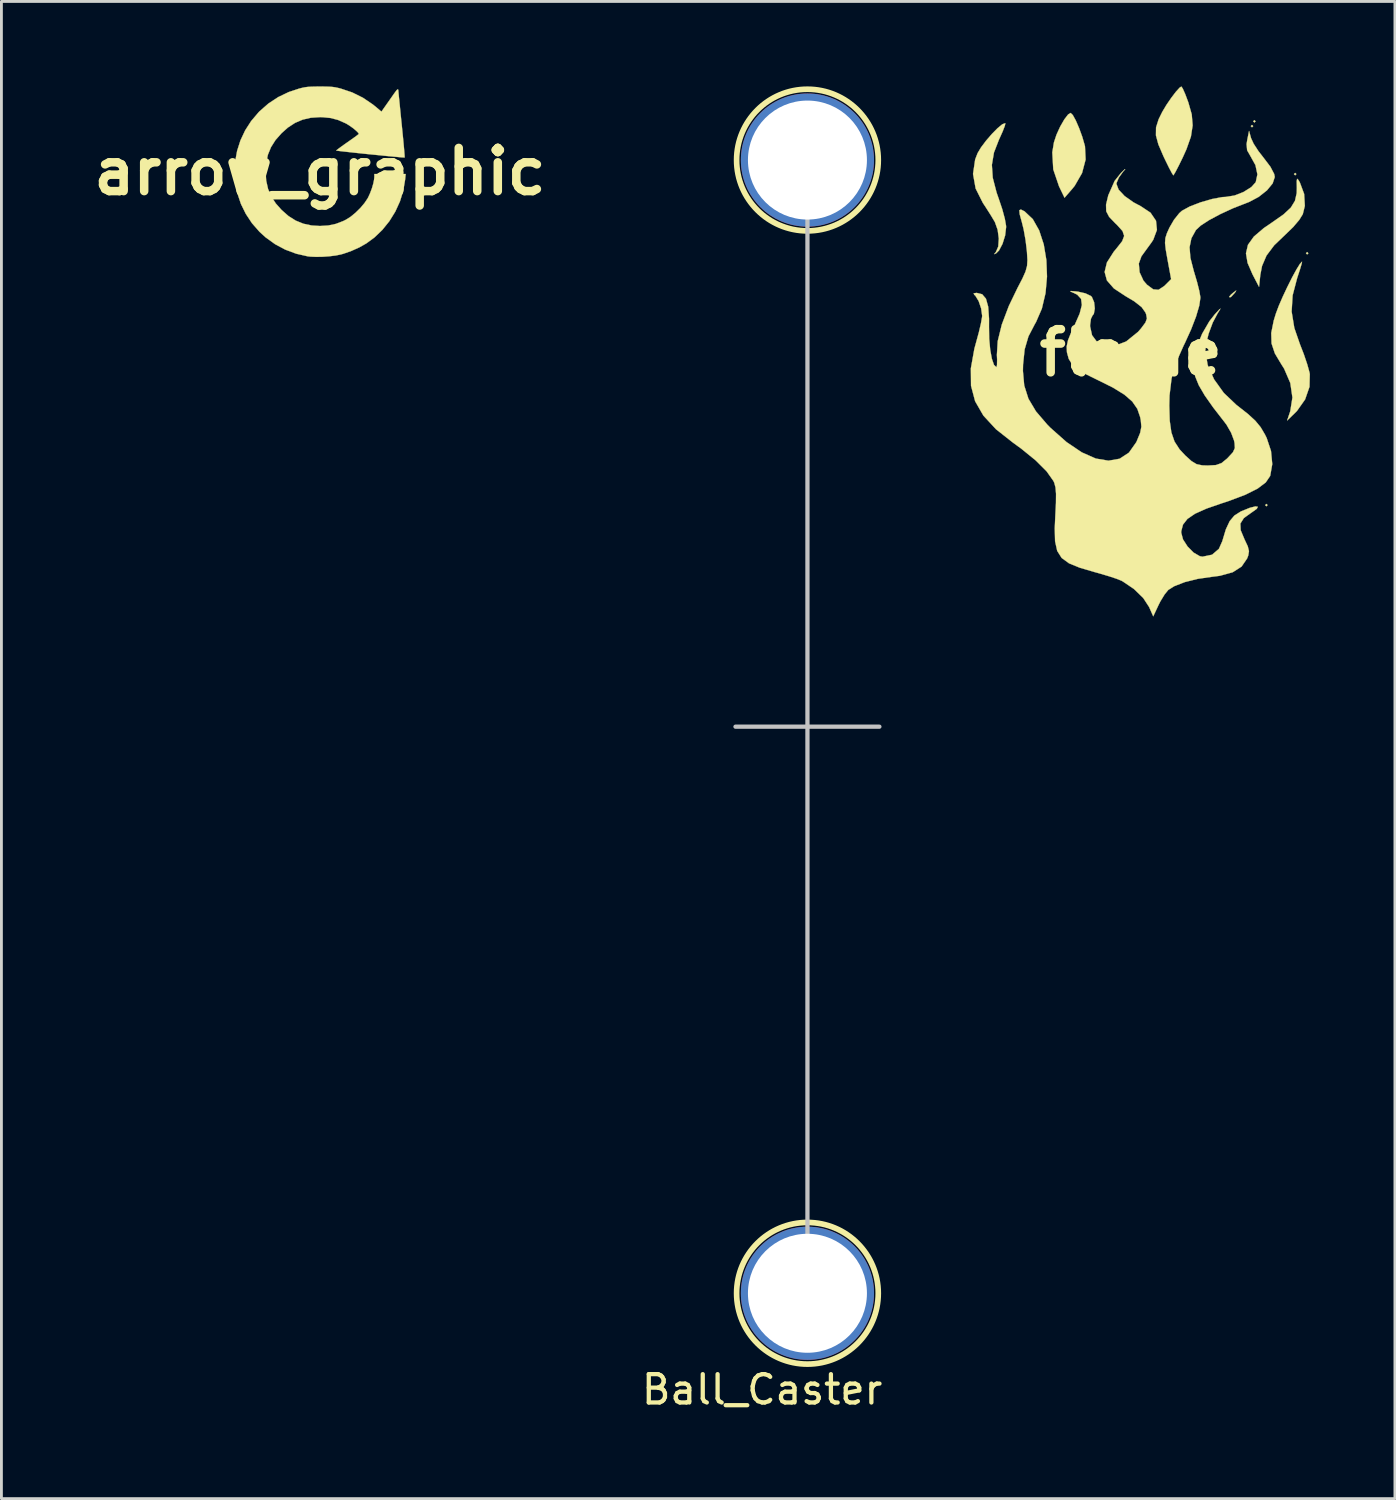
<source format=kicad_pcb>
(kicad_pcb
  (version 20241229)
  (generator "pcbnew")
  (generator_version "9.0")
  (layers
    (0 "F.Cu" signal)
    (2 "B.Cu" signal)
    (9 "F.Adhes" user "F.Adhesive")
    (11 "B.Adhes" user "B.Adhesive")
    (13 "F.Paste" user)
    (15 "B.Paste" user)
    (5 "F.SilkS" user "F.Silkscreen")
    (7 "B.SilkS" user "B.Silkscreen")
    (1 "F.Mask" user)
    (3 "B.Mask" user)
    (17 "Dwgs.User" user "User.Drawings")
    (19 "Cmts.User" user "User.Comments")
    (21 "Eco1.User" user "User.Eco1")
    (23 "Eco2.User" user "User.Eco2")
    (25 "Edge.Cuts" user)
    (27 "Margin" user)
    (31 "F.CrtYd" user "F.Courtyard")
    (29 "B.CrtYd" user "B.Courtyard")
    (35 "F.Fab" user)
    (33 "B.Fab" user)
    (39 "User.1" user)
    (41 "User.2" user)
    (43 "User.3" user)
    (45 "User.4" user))
  (footprint "Ball_Caster"
    (layer "F.Cu")
    (at 25.451 42.6)
    (property "Reference" "Ball_Caster" (at -1.6 3.4 0) (layer "F.SilkS") (effects (font (size 1 1) (thickness 0.15))))
    (attr through_hole)
    (fp_circle (center 0 -40) (end 2.5 -40) (stroke (width 0.2) (type solid)) (fill no) (layer "F.SilkS"))
    (fp_circle (center 0 0) (end 2.5 0) (stroke (width 0.2) (type solid)) (fill no) (layer "F.SilkS"))
    (fp_line (start -2.54 -20) (end 2.54 -20) (stroke (width 0.15) (type solid)) (layer "Dwgs.User"))
    (fp_line (start 0 -40.64) (end 0 0) (stroke (width 0.15) (type solid)) (layer "Dwgs.User"))
    (pad "" thru_hole circle (at 0 -40) (size 4.7 4.7) (drill 4.2) (layers "*.Cu" "*.Mask"))
    (pad "" thru_hole circle (at 0 0) (size 4.7 4.7) (drill 4.2) (layers "*.Cu" "*.Mask")))
  (footprint "arrow_graphic"
    (layer "F.Cu")
    (at 8.244 3.006)
    (property "Reference" "arrow_graphic" (at 0 0 0) (layer "F.SilkS") (effects (font (size 1.524 1.524) (thickness 0.3))))
    (attr through_hole)
    (fp_poly (pts (xy 0.184 -3) (xy 0.325 -2.996) (xy 0.439 -2.988) (xy 0.539 -2.974) (xy 0.639 -2.953) (xy 0.74 -2.927) (xy 1.141 -2.792) (xy 1.516 -2.606) (xy 1.866 -2.369) (xy 1.981 -2.276) (xy 2.17 -2.116) (xy 2.374 -2.406) (xy 2.46 -2.528) (xy 2.541 -2.644) (xy 2.608 -2.74) (xy 2.651 -2.8) (xy 2.71 -2.877) (xy 2.749 -2.905) (xy 2.765 -2.883) (xy 2.765 -2.872) (xy 2.768 -2.837) (xy 2.776 -2.752) (xy 2.788 -2.623) (xy 2.805 -2.456) (xy 2.825 -2.257) (xy 2.847 -2.033) (xy 2.872 -1.789) (xy 2.884 -1.673) (xy 2.909 -1.423) (xy 2.932 -1.191) (xy 2.952 -0.983) (xy 2.968 -0.804) (xy 2.98 -0.66) (xy 2.988 -0.559) (xy 2.99 -0.504) (xy 2.99 -0.497) (xy 2.96 -0.497) (xy 2.881 -0.502) (xy 2.761 -0.513) (xy 2.605 -0.527) (xy 2.422 -0.544) (xy 2.217 -0.564) (xy 1.999 -0.586) (xy 1.774 -0.608) (xy 1.549 -0.631) (xy 1.331 -0.654) (xy 1.128 -0.676) (xy 0.947 -0.696) (xy 0.793 -0.713) (xy 0.676 -0.727) (xy 0.6 -0.737) (xy 0.575 -0.742) (xy 0.593 -0.761) (xy 0.651 -0.806) (xy 0.741 -0.872) (xy 0.855 -0.954) (xy 0.959 -1.027) (xy 1.09 -1.119) (xy 1.204 -1.2) (xy 1.294 -1.266) (xy 1.351 -1.31) (xy 1.368 -1.326) (xy 1.358 -1.358) (xy 1.309 -1.412) (xy 1.232 -1.481) (xy 1.136 -1.556) (xy 1.032 -1.629) (xy 0.929 -1.692) (xy 0.903 -1.705) (xy 0.641 -1.821) (xy 0.373 -1.891) (xy 0.082 -1.92) (xy 0 -1.921) (xy -0.321 -1.9) (xy -0.611 -1.833) (xy -0.879 -1.719) (xy -1.132 -1.554) (xy -1.355 -1.355) (xy -1.569 -1.113) (xy -1.728 -0.862) (xy -1.838 -0.594) (xy -1.9 -0.303) (xy -1.919 0) (xy -1.898 0.32) (xy -1.833 0.61) (xy -1.721 0.876) (xy -1.558 1.127) (xy -1.355 1.355) (xy -1.111 1.57) (xy -0.858 1.73) (xy -0.588 1.84) (xy -0.295 1.903) (xy 0 1.921) (xy 0.292 1.903) (xy 0.559 1.847) (xy 0.82 1.747) (xy 0.917 1.699) (xy 1.082 1.595) (xy 1.255 1.453) (xy 1.423 1.288) (xy 1.57 1.114) (xy 1.683 0.946) (xy 1.699 0.917) (xy 1.77 0.762) (xy 1.833 0.593) (xy 1.882 0.425) (xy 1.912 0.277) (xy 1.919 0.191) (xy 1.919 0.085) (xy 3.026 0.085) (xy 3.005 0.289) (xy 2.94 0.677) (xy 2.823 1.054) (xy 2.658 1.415) (xy 2.449 1.752) (xy 2.201 2.059) (xy 1.918 2.33) (xy 1.638 2.535) (xy 1.391 2.675) (xy 1.115 2.799) (xy 0.836 2.898) (xy 0.74 2.925) (xy 0.552 2.963) (xy 0.332 2.99) (xy 0.099 3.007) (xy -0.129 3.011) (xy -0.332 3.003) (xy -0.435 2.991) (xy -0.839 2.899) (xy -1.225 2.755) (xy -1.586 2.562) (xy -1.919 2.322) (xy -2.13 2.13) (xy -2.398 1.825) (xy -2.617 1.494) (xy -2.789 1.144) (xy -2.912 0.779) (xy -2.987 0.404) (xy -3.014 0.024) (xy -2.993 -0.357) (xy -2.924 -0.733) (xy -2.807 -1.099) (xy -2.642 -1.451) (xy -2.428 -1.784) (xy -2.166 -2.093) (xy -2.13 -2.13) (xy -1.819 -2.402) (xy -1.475 -2.628) (xy -1.102 -2.807) (xy -0.74 -2.927) (xy -0.627 -2.956) (xy -0.528 -2.976) (xy -0.428 -2.989) (xy -0.312 -2.996) (xy -0.166 -3) (xy 0 -3.001) (xy 0.184 -3)) (stroke (width 0.01) (type solid)) (fill yes) (layer "F.SilkS")))
  (footprint "flame"
    (layer "F.Cu")
    (at 36.867 9.403)
    (property "Reference" "flame" (at 0 0 0) (layer "F.SilkS") (effects (font (size 1.524 1.524) (thickness 0.3))))
    (attr through_hole)
    (fp_poly (pts (xy 4.318 -8.001) (xy 4.276 -7.959) (xy 4.233 -8.001) (xy 4.276 -8.043) (xy 4.318 -8.001)) (stroke (width 0.01) (type solid)) (fill yes) (layer "F.SilkS"))
    (fp_poly (pts (xy 4.403 -8.17) (xy 4.36 -8.128) (xy 4.318 -8.17) (xy 4.36 -8.213) (xy 4.403 -8.17)) (stroke (width 0.01) (type solid)) (fill yes) (layer "F.SilkS"))
    (fp_poly (pts (xy 4.826 5.376) (xy 4.784 5.419) (xy 4.741 5.376) (xy 4.784 5.334) (xy 4.826 5.376)) (stroke (width 0.01) (type solid)) (fill yes) (layer "F.SilkS"))
    (fp_poly (pts (xy 5.842 -6.308) (xy 5.8 -6.265) (xy 5.757 -6.308) (xy 5.8 -6.35) (xy 5.842 -6.308)) (stroke (width 0.01) (type solid)) (fill yes) (layer "F.SilkS"))
    (fp_poly (pts (xy 6.265 -3.514) (xy 6.223 -3.471) (xy 6.181 -3.514) (xy 6.223 -3.556) (xy 6.265 -3.514)) (stroke (width 0.01) (type solid)) (fill yes) (layer "F.SilkS"))
    (fp_poly (pts (xy 3.699 -2.157) (xy 3.651 -2.095) (xy 3.528 -1.964) (xy 3.473 -1.964) (xy 3.471 -1.979) (xy 3.529 -2.05) (xy 3.619 -2.127) (xy 3.72 -2.201) (xy 3.699 -2.157)) (stroke (width 0.01) (type solid)) (fill yes) (layer "F.SilkS"))
    (fp_poly (pts (xy -2.05 -8.393) (xy -1.943 -8.199) (xy -1.826 -7.928) (xy -1.715 -7.624) (xy -1.629 -7.327) (xy -1.619 -7.286) (xy -1.597 -6.822) (xy -1.723 -6.344) (xy -1.982 -5.894) (xy -2.058 -5.8) (xy -2.341 -5.473) (xy -2.536 -5.877) (xy -2.739 -6.473) (xy -2.773 -7.075) (xy -2.715 -7.427) (xy -2.624 -7.702) (xy -2.493 -7.987) (xy -2.348 -8.239) (xy -2.214 -8.413) (xy -2.126 -8.467) (xy -2.05 -8.393)) (stroke (width 0.01) (type solid)) (fill yes) (layer "F.SilkS"))
    (fp_poly (pts (xy 1.833 -9.325) (xy 1.919 -9.131) (xy 2.021 -8.859) (xy 2.027 -8.844) (xy 2.149 -8.415) (xy 2.181 -8.027) (xy 2.12 -7.631) (xy 1.96 -7.179) (xy 1.835 -6.903) (xy 1.693 -6.612) (xy 1.578 -6.39) (xy 1.509 -6.274) (xy 1.499 -6.265) (xy 1.451 -6.337) (xy 1.35 -6.527) (xy 1.215 -6.802) (xy 1.147 -6.945) (xy 0.971 -7.355) (xy 0.885 -7.675) (xy 0.889 -7.955) (xy 0.981 -8.245) (xy 1.109 -8.504) (xy 1.254 -8.748) (xy 1.426 -8.999) (xy 1.593 -9.218) (xy 1.726 -9.363) (xy 1.784 -9.398) (xy 1.833 -9.325)) (stroke (width 0.01) (type solid)) (fill yes) (layer "F.SilkS"))
    (fp_poly (pts (xy 5.914 -6.1) (xy 5.966 -6.011) (xy 6.117 -5.606) (xy 6.141 -5.185) (xy 6.069 -4.893) (xy 5.943 -4.69) (xy 5.728 -4.437) (xy 5.471 -4.189) (xy 5.465 -4.183) (xy 5.059 -3.794) (xy 4.788 -3.433) (xy 4.63 -3.064) (xy 4.57 -2.752) (xy 4.525 -2.328) (xy 4.294 -2.77) (xy 4.12 -3.172) (xy 4.063 -3.511) (xy 4.134 -3.813) (xy 4.341 -4.102) (xy 4.694 -4.403) (xy 4.996 -4.609) (xy 5.387 -4.883) (xy 5.646 -5.124) (xy 5.793 -5.365) (xy 5.854 -5.637) (xy 5.858 -5.827) (xy 5.854 -6.06) (xy 5.869 -6.144) (xy 5.914 -6.1)) (stroke (width 0.01) (type solid)) (fill yes) (layer "F.SilkS"))
    (fp_poly (pts (xy 6.029 -3.144) (xy 5.972 -2.951) (xy 5.883 -2.678) (xy 5.872 -2.646) (xy 5.71 -2.027) (xy 5.675 -1.455) (xy 5.77 -0.876) (xy 5.966 -0.309) (xy 6.108 0.057) (xy 6.227 0.41) (xy 6.304 0.688) (xy 6.316 0.752) (xy 6.306 1.199) (xy 6.15 1.647) (xy 5.864 2.052) (xy 5.805 2.112) (xy 5.516 2.392) (xy 5.626 2.064) (xy 5.703 1.579) (xy 5.628 1.066) (xy 5.408 0.556) (xy 5.311 0.404) (xy 5.083 0.022) (xy 4.966 -0.329) (xy 4.955 -0.699) (xy 5.043 -1.137) (xy 5.12 -1.387) (xy 5.221 -1.657) (xy 5.362 -1.982) (xy 5.525 -2.328) (xy 5.691 -2.659) (xy 5.845 -2.941) (xy 5.967 -3.138) (xy 6.041 -3.217) (xy 6.043 -3.217) (xy 6.029 -3.144)) (stroke (width 0.01) (type solid)) (fill yes) (layer "F.SilkS"))
    (fp_poly (pts (xy -4.43 -8.099) (xy -4.448 -8.013) (xy -4.524 -7.816) (xy -4.643 -7.55) (xy -4.655 -7.526) (xy -4.833 -7.067) (xy -4.906 -6.633) (xy -4.875 -6.178) (xy -4.739 -5.654) (xy -4.657 -5.419) (xy -4.538 -5.064) (xy -4.449 -4.733) (xy -4.405 -4.483) (xy -4.403 -4.437) (xy -4.438 -4.142) (xy -4.53 -3.846) (xy -4.654 -3.611) (xy -4.754 -3.512) (xy -4.825 -3.481) (xy -4.77 -3.553) (xy -4.763 -3.561) (xy -4.681 -3.75) (xy -4.661 -4.032) (xy -4.702 -4.341) (xy -4.799 -4.614) (xy -4.805 -4.624) (xy -4.939 -4.849) (xy -5.119 -5.132) (xy -5.223 -5.289) (xy -5.479 -5.798) (xy -5.571 -6.314) (xy -5.496 -6.824) (xy -5.411 -7.045) (xy -5.288 -7.251) (xy -5.109 -7.489) (xy -4.904 -7.726) (xy -4.704 -7.929) (xy -4.538 -8.066) (xy -4.438 -8.104) (xy -4.43 -8.099)) (stroke (width 0.01) (type solid)) (fill yes) (layer "F.SilkS"))
    (fp_poly (pts (xy 4.243 -7.576) (xy 4.334 -7.379) (xy 4.503 -7.119) (xy 4.696 -6.87) (xy 4.927 -6.565) (xy 5.058 -6.314) (xy 5.08 -6.205) (xy 5.005 -5.978) (xy 4.804 -5.734) (xy 4.513 -5.504) (xy 4.167 -5.321) (xy 4.088 -5.291) (xy 3.61 -5.104) (xy 3.159 -4.896) (xy 2.766 -4.686) (xy 2.467 -4.492) (xy 2.297 -4.334) (xy 2.136 -4.041) (xy 2.072 -3.726) (xy 2.102 -3.35) (xy 2.225 -2.873) (xy 2.237 -2.836) (xy 2.338 -2.493) (xy 2.415 -2.187) (xy 2.452 -1.973) (xy 2.454 -1.939) (xy 2.414 -1.663) (xy 2.301 -1.28) (xy 2.127 -0.828) (xy 1.907 -0.344) (xy 1.862 -0.254) (xy 1.596 0.344) (xy 1.437 0.904) (xy 1.365 1.506) (xy 1.356 1.863) (xy 1.372 2.4) (xy 1.43 2.81) (xy 1.541 3.133) (xy 1.72 3.409) (xy 1.915 3.619) (xy 2.141 3.823) (xy 2.32 3.931) (xy 2.518 3.973) (xy 2.719 3.979) (xy 3.003 3.963) (xy 3.2 3.893) (xy 3.392 3.737) (xy 3.432 3.697) (xy 3.603 3.51) (xy 3.671 3.363) (xy 3.66 3.184) (xy 3.642 3.095) (xy 3.54 2.823) (xy 3.376 2.538) (xy 3.323 2.467) (xy 2.912 1.937) (xy 2.607 1.504) (xy 2.397 1.144) (xy 2.27 0.831) (xy 2.214 0.543) (xy 2.218 0.255) (xy 2.221 0.225) (xy 2.322 -0.205) (xy 2.517 -0.674) (xy 2.771 -1.112) (xy 2.961 -1.355) (xy 3.113 -1.52) (xy 3.164 -1.562) (xy 3.123 -1.487) (xy 3.065 -1.397) (xy 2.89 -1.066) (xy 2.744 -0.673) (xy 2.65 -0.292) (xy 2.628 -0.061) (xy 2.712 0.432) (xy 2.937 0.937) (xy 3.282 1.418) (xy 3.725 1.839) (xy 3.768 1.872) (xy 4.135 2.161) (xy 4.394 2.399) (xy 4.582 2.627) (xy 4.734 2.885) (xy 4.794 3.006) (xy 4.947 3.465) (xy 4.991 3.929) (xy 4.92 4.336) (xy 4.915 4.349) (xy 4.763 4.574) (xy 4.476 4.792) (xy 4.044 5.009) (xy 3.456 5.231) (xy 3.218 5.309) (xy 2.666 5.5) (xy 2.265 5.68) (xy 1.996 5.864) (xy 1.84 6.064) (xy 1.78 6.292) (xy 1.778 6.352) (xy 1.841 6.588) (xy 2.002 6.838) (xy 2.214 7.052) (xy 2.435 7.18) (xy 2.528 7.197) (xy 2.867 7.127) (xy 3.108 6.92) (xy 3.226 6.654) (xy 3.353 6.233) (xy 3.488 5.943) (xy 3.653 5.746) (xy 3.873 5.606) (xy 3.917 5.585) (xy 4.202 5.471) (xy 4.397 5.422) (xy 4.483 5.436) (xy 4.444 5.508) (xy 4.262 5.638) (xy 4.258 5.64) (xy 3.989 5.833) (xy 3.866 6.026) (xy 3.876 6.26) (xy 4.009 6.579) (xy 4.009 6.58) (xy 4.127 6.831) (xy 4.169 7.001) (xy 4.144 7.155) (xy 4.103 7.261) (xy 3.908 7.546) (xy 3.593 7.747) (xy 3.142 7.871) (xy 2.878 7.905) (xy 2.368 7.978) (xy 1.906 8.093) (xy 1.533 8.237) (xy 1.321 8.37) (xy 1.192 8.528) (xy 1.044 8.771) (xy 0.976 8.906) (xy 0.79 9.303) (xy 0.644 8.973) (xy 0.436 8.655) (xy 0.111 8.339) (xy -0.283 8.072) (xy -0.329 8.046) (xy -0.501 7.977) (xy -0.786 7.883) (xy -1.134 7.78) (xy -1.283 7.739) (xy -1.804 7.586) (xy -2.185 7.43) (xy -2.443 7.241) (xy -2.6 6.992) (xy -2.675 6.654) (xy -2.687 6.198) (xy -2.667 5.757) (xy -2.644 5.301) (xy -2.641 4.977) (xy -2.66 4.752) (xy -2.703 4.59) (xy -2.735 4.521) (xy -2.972 4.186) (xy -3.354 3.803) (xy -3.87 3.383) (xy -4.155 3.176) (xy -4.761 2.698) (xy -5.206 2.216) (xy -5.497 1.711) (xy -5.642 1.163) (xy -5.648 0.55) (xy -5.523 -0.147) (xy -5.461 -0.373) (xy -5.365 -0.726) (xy -5.292 -1.038) (xy -5.253 -1.259) (xy -5.249 -1.308) (xy -5.285 -1.567) (xy -5.374 -1.827) (xy -5.489 -2.015) (xy -5.53 -2.05) (xy -5.549 -2.1) (xy -5.442 -2.115) (xy -5.249 -2.067) (xy -5.115 -1.91) (xy -5.036 -1.627) (xy -5.006 -1.203) (xy -5.007 -0.92) (xy -5.001 -0.497) (xy -4.965 -0.11) (xy -4.907 0.209) (xy -4.832 0.426) (xy -4.747 0.508) (xy -4.745 0.508) (xy -4.725 0.432) (xy -4.721 0.237) (xy -4.729 0.075) (xy -4.7 -0.41) (xy -4.556 -0.995) (xy -4.305 -1.658) (xy -4.002 -2.286) (xy -3.826 -2.625) (xy -3.718 -2.868) (xy -3.664 -3.065) (xy -3.651 -3.27) (xy -3.666 -3.533) (xy -3.671 -3.598) (xy -3.717 -3.978) (xy -3.785 -4.36) (xy -3.847 -4.61) (xy -3.924 -4.89) (xy -3.937 -5.032) (xy -3.882 -5.058) (xy -3.751 -4.992) (xy -3.749 -4.99) (xy -3.461 -4.718) (xy -3.236 -4.319) (xy -3.075 -3.827) (xy -2.982 -3.272) (xy -2.96 -2.688) (xy -3.012 -2.106) (xy -3.141 -1.56) (xy -3.349 -1.081) (xy -3.388 -1.016) (xy -3.615 -0.579) (xy -3.749 -0.122) (xy -3.805 0.415) (xy -3.81 0.64) (xy -3.764 1.154) (xy -3.616 1.62) (xy -3.348 2.07) (xy -2.944 2.541) (xy -2.835 2.651) (xy -2.268 3.153) (xy -1.733 3.514) (xy -1.237 3.733) (xy -0.789 3.808) (xy -0.396 3.739) (xy -0.068 3.524) (xy 0.188 3.161) (xy 0.214 3.105) (xy 0.329 2.825) (xy 0.371 2.61) (xy 0.35 2.378) (xy 0.328 2.268) (xy 0.228 1.977) (xy 0.049 1.719) (xy -0.23 1.476) (xy -0.631 1.229) (xy -1.135 0.978) (xy -1.574 0.762) (xy -1.879 0.578) (xy -2.077 0.403) (xy -2.193 0.214) (xy -2.255 -0.013) (xy -2.257 -0.026) (xy -2.266 -0.221) (xy -2.219 -0.441) (xy -2.103 -0.731) (xy -1.99 -0.967) (xy -1.807 -1.383) (xy -1.729 -1.688) (xy -1.757 -1.904) (xy -1.892 -2.051) (xy -2.011 -2.11) (xy -2.133 -2.163) (xy -2.123 -2.181) (xy -1.966 -2.169) (xy -1.863 -2.157) (xy -1.606 -2.099) (xy -1.415 -2.008) (xy -1.376 -1.971) (xy -1.297 -1.786) (xy -1.273 -1.563) (xy -1.306 -1.376) (xy -1.355 -1.312) (xy -1.409 -1.201) (xy -1.438 -0.991) (xy -1.439 -0.934) (xy -1.37 -0.62) (xy -1.186 -0.373) (xy -0.927 -0.228) (xy -0.645 -0.216) (xy -0.165 -0.4) (xy 0.255 -0.74) (xy 0.363 -0.864) (xy 0.514 -1.067) (xy 0.567 -1.21) (xy 0.54 -1.358) (xy 0.514 -1.424) (xy 0.38 -1.613) (xy 0.12 -1.817) (xy -0.184 -1.998) (xy -0.598 -2.271) (xy -0.844 -2.552) (xy -0.926 -2.853) (xy -0.845 -3.188) (xy -0.604 -3.567) (xy -0.504 -3.687) (xy -0.307 -3.938) (xy -0.236 -4.125) (xy -0.294 -4.298) (xy -0.484 -4.509) (xy -0.55 -4.572) (xy -0.767 -4.798) (xy -0.87 -4.996) (xy -0.876 -5.229) (xy -0.798 -5.555) (xy -0.797 -5.559) (xy -0.574 -6.065) (xy -0.35 -6.347) (xy -0.219 -6.473) (xy -0.197 -6.484) (xy -0.275 -6.392) (xy -0.424 -6.185) (xy -0.504 -5.997) (xy -0.508 -5.96) (xy -0.432 -5.759) (xy -0.222 -5.534) (xy 0.093 -5.311) (xy 0.347 -5.176) (xy 0.695 -4.945) (xy 0.888 -4.66) (xy 0.92 -4.336) (xy 0.789 -3.986) (xy 0.722 -3.886) (xy 0.551 -3.651) (xy 0.397 -3.439) (xy 0.374 -3.408) (xy 0.281 -3.15) (xy 0.308 -2.844) (xy 0.445 -2.547) (xy 0.568 -2.404) (xy 0.79 -2.24) (xy 0.976 -2.224) (xy 1.174 -2.354) (xy 1.223 -2.4) (xy 1.422 -2.599) (xy 1.293 -3.298) (xy 1.232 -3.643) (xy 1.206 -3.876) (xy 1.219 -4.051) (xy 1.273 -4.221) (xy 1.362 -4.418) (xy 1.522 -4.694) (xy 1.709 -4.929) (xy 1.803 -5.013) (xy 2.083 -5.166) (xy 2.461 -5.311) (xy 2.867 -5.429) (xy 3.229 -5.496) (xy 3.355 -5.503) (xy 3.659 -5.552) (xy 3.979 -5.677) (xy 4.252 -5.849) (xy 4.408 -6.022) (xy 4.467 -6.298) (xy 4.397 -6.626) (xy 4.225 -6.936) (xy 4.104 -7.148) (xy 4.085 -7.366) (xy 4.107 -7.507) (xy 4.172 -7.832) (xy 4.243 -7.576)) (stroke (width 0.01) (type solid)) (fill yes) (layer "F.SilkS")))
  (gr_rect
    (start -3 -3)
    (end 46.188 49.848)
    (stroke (width 0.1) (type default))
    (fill no)
    (layer "Edge.Cuts")))
</source>
